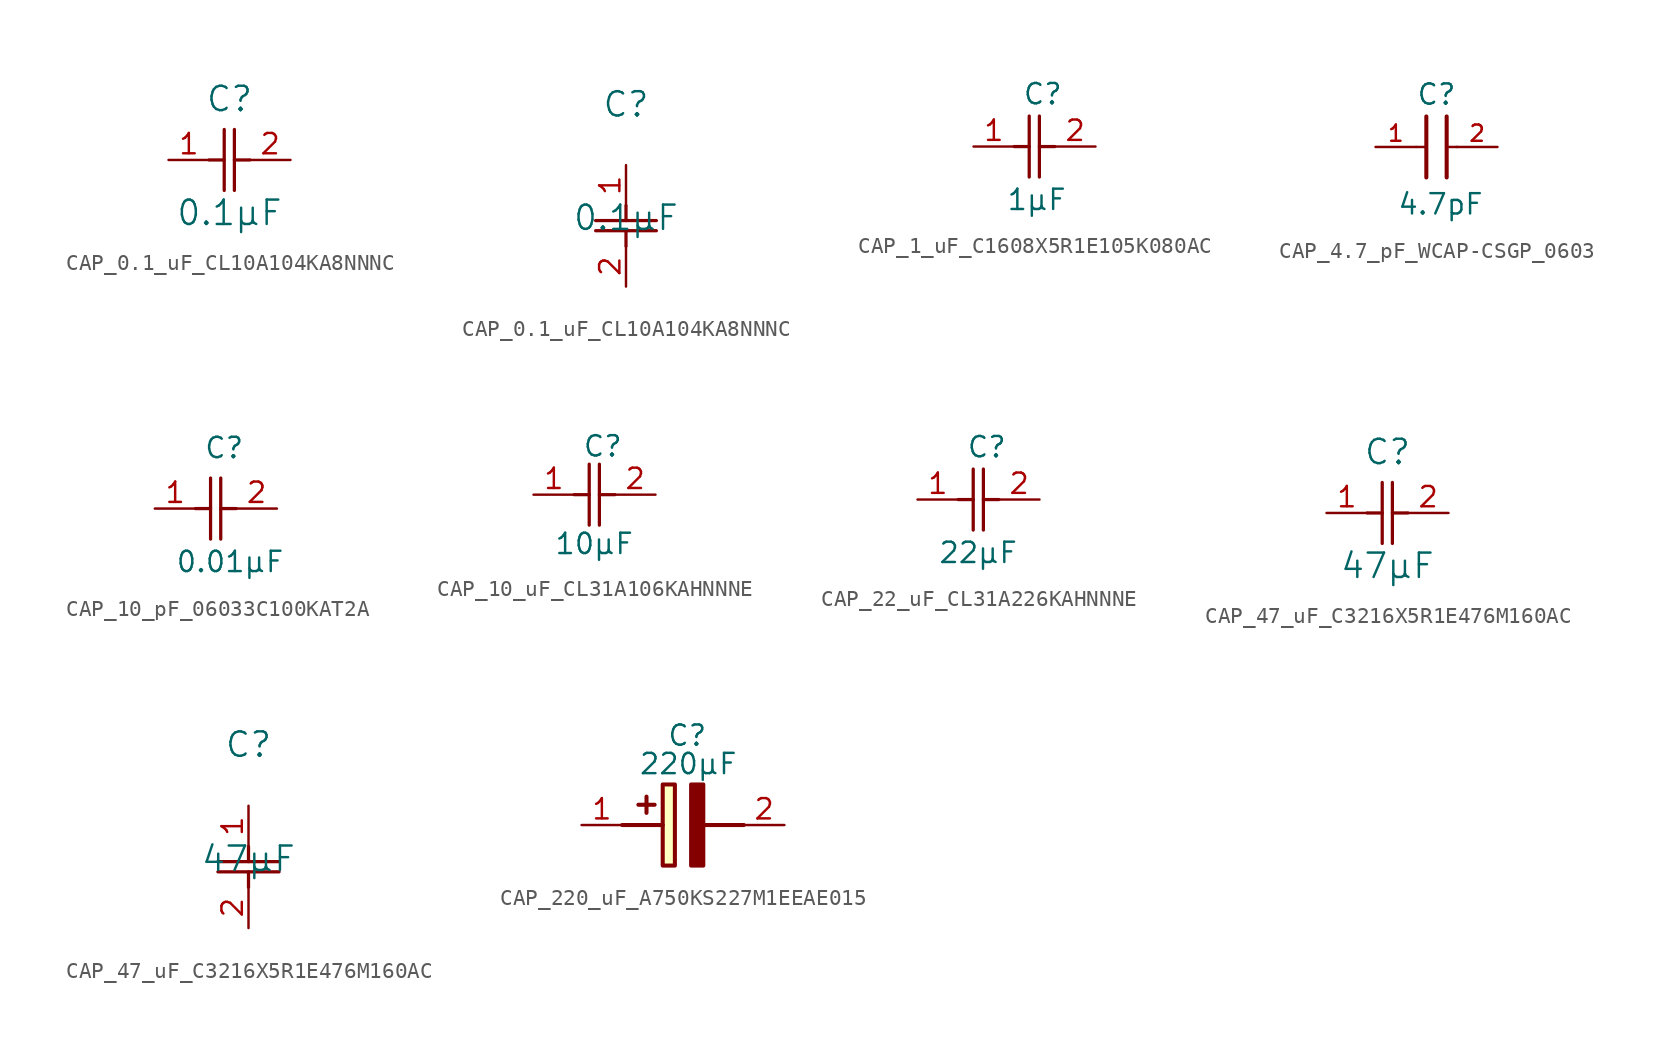
<source format=kicad_sym>
(kicad_symbol_lib
  (version 20231120)
  (generator "kicad_symbol_editor")
  (generator_version "8.0")
  (symbol "CAP_0.1_uF_CL10A104KA8NNNC"
    (pin_names
      (offset 0.254))
    (property "Reference" "C"
      (at 0 3.81 0)
      (effects (font (size 1.524 1.524))))
    (property "Value" "0.1µF"
      (at 0 -3.302 0)
      (effects (font (size 1.524 1.524))))
    (property "ki_locked" ""
      (at 0 0 0)
      (effects (font (size 1.27 1.27))))
    (symbol "CAP_0.1_uF_CL10A104KA8NNNC_1_1"
      (polyline (pts (xy -1.27 0) (xy -0.33 0)) (stroke (width 0.203) (type default)) (fill (type none)))
      (polyline (pts (xy -0.33 -1.905) (xy -0.33 1.905)) (stroke (width 0.203) (type default)) (fill (type none)))
      (polyline (pts (xy 0.305 -1.905) (xy 0.305 1.905)) (stroke (width 0.203) (type default)) (fill (type none)))
      (polyline (pts (xy 0.305 0) (xy 1.27 0)) (stroke (width 0.203) (type default)) (fill (type none)))
      (pin unspecified line (at -3.81 0 0) (length 2.54) (name "" (effects (font (size 1.27 1.27)))) (number "1" (effects (font (size 1.27 1.27)))))
      (pin unspecified line (at 3.81 0 180) (length 2.54) (name "" (effects (font (size 1.27 1.27)))) (number "2" (effects (font (size 1.27 1.27))))))
    (symbol "CAP_0.1_uF_CL10A104KA8NNNC_1_2"
      (polyline (pts (xy -1.905 -4.115) (xy 1.905 -4.115)) (stroke (width 0.203) (type default)) (fill (type none)))
      (polyline (pts (xy -1.905 -3.48) (xy 1.905 -3.48)) (stroke (width 0.203) (type default)) (fill (type none)))
      (polyline (pts (xy 0 -4.115) (xy 0 -5.08)) (stroke (width 0.203) (type default)) (fill (type none)))
      (polyline (pts (xy 0 -2.54) (xy 0 -3.48)) (stroke (width 0.203) (type default)) (fill (type none)))
      (pin unspecified line (at 0 0 270) (length 2.54) (name "" (effects (font (size 1.27 1.27)))) (number "1" (effects (font (size 1.27 1.27)))))
      (pin unspecified line (at 0 -7.62 90) (length 2.54) (name "" (effects (font (size 1.27 1.27)))) (number "2" (effects (font (size 1.27 1.27)))))))
  (symbol "CAP_1_uF_C1608X5R1E105K080AC"
    (pin_names
      (offset 1.016))
    (property "Reference" "C"
      (at -0.762 2.54 0)
      (effects (font (size 1.27 1.27)) (justify left bottom)))
    (property "Value" "1µF"
      (at -1.778 -4.064 0)
      (effects (font (size 1.27 1.27)) (justify left bottom)))
    (symbol "CAP_1_uF_C1608X5R1E105K080AC_1_1"
      (polyline (pts (xy -1.27 0) (xy -0.33 0)) (stroke (width 0.203) (type default)) (fill (type none)))
      (polyline (pts (xy -0.33 -1.905) (xy -0.33 1.905)) (stroke (width 0.203) (type default)) (fill (type none)))
      (polyline (pts (xy 0.305 -1.905) (xy 0.305 1.905)) (stroke (width 0.203) (type default)) (fill (type none)))
      (polyline (pts (xy 0.305 0) (xy 1.27 0)) (stroke (width 0.203) (type default)) (fill (type none)))
      (pin unspecified line (at -3.81 0 0) (length 2.54) (name "" (effects (font (size 1.27 1.27)))) (number "1" (effects (font (size 1.27 1.27)))))
      (pin unspecified line (at 3.81 0 180) (length 2.54) (name "" (effects (font (size 1.27 1.27)))) (number "2" (effects (font (size 1.27 1.27)))))))
  (symbol "CAP_4.7_pF_WCAP-CSGP_0603"
    (pin_names
      (offset 1.016))
    (property "Reference" "C"
      (at 0 2.54 0)
      (effects (font (size 1.27 1.27)) (justify bottom)))
    (property "Value" "4.7pF"
      (at 0.254 -4.318 0)
      (effects (font (size 1.27 1.27)) (justify bottom)))
    (symbol "CAP_4.7_pF_WCAP-CSGP_0603_0_0"
      (polyline (pts (xy -1.27 0) (xy -0.627 0)) (stroke (width 0.152) (type default)) (fill (type none)))
      (polyline (pts (xy -0.635 -1.905) (xy -0.635 1.905)) (stroke (width 0.254) (type default)) (fill (type none)))
      (polyline (pts (xy 0.635 1.905) (xy 0.635 -1.905)) (stroke (width 0.254) (type default)) (fill (type none)))
      (polyline (pts (xy 0.658 0) (xy 1.3 0)) (stroke (width 0.152) (type default)) (fill (type none)))
      (pin passive line (at -3.81 0 0) (length 2.54) (name "~" (effects (font (size 1.016 1.016)))) (number "1" (effects (font (size 1.016 1.016)))))
      (pin passive line (at 3.81 0 180) (length 2.54) (name "~" (effects (font (size 1.016 1.016)))) (number "2" (effects (font (size 1.016 1.016)))))))
  (symbol "CAP_10_pF_06033C100KAT2A"
    (pin_names
      (offset 1.016))
    (property "Reference" "C"
      (at -0.762 3.048 0)
      (effects (font (size 1.27 1.27)) (justify left bottom)))
    (property "Value" "0.01µF"
      (at -2.54 -4.064 0)
      (effects (font (size 1.27 1.27)) (justify left bottom)))
    (symbol "CAP_10_pF_06033C100KAT2A_1_1"
      (polyline (pts (xy -1.27 0) (xy -0.33 0)) (stroke (width 0.203) (type default)) (fill (type none)))
      (polyline (pts (xy -0.33 -1.905) (xy -0.33 1.905)) (stroke (width 0.203) (type default)) (fill (type none)))
      (polyline (pts (xy 0.305 -1.905) (xy 0.305 1.905)) (stroke (width 0.203) (type default)) (fill (type none)))
      (polyline (pts (xy 0.305 0) (xy 1.27 0)) (stroke (width 0.203) (type default)) (fill (type none)))
      (pin unspecified line (at -3.81 0 0) (length 2.54) (name "" (effects (font (size 1.27 1.27)))) (number "1" (effects (font (size 1.27 1.27)))))
      (pin unspecified line (at 3.81 0 180) (length 2.54) (name "" (effects (font (size 1.27 1.27)))) (number "2" (effects (font (size 1.27 1.27)))))))
  (symbol "CAP_10_uF_CL31A106KAHNNNE"
    (pin_names
      (offset 1.016))
    (property "Reference" "C"
      (at -0.762 2.286 0)
      (effects (font (size 1.27 1.27)) (justify left bottom)))
    (property "Value" "10µF"
      (at -2.54 -3.81 0)
      (effects (font (size 1.27 1.27)) (justify left bottom)))
    (symbol "CAP_10_uF_CL31A106KAHNNNE_1_1"
      (polyline (pts (xy -1.27 0) (xy -0.33 0)) (stroke (width 0.203) (type default)) (fill (type none)))
      (polyline (pts (xy -0.33 -1.905) (xy -0.33 1.905)) (stroke (width 0.203) (type default)) (fill (type none)))
      (polyline (pts (xy 0.305 -1.905) (xy 0.305 1.905)) (stroke (width 0.203) (type default)) (fill (type none)))
      (polyline (pts (xy 0.305 0) (xy 1.27 0)) (stroke (width 0.203) (type default)) (fill (type none)))
      (pin unspecified line (at -3.81 0 0) (length 2.54) (name "" (effects (font (size 1.27 1.27)))) (number "1" (effects (font (size 1.27 1.27)))))
      (pin unspecified line (at 3.81 0 180) (length 2.54) (name "" (effects (font (size 1.27 1.27)))) (number "2" (effects (font (size 1.27 1.27)))))))
  (symbol "CAP_22_uF_CL31A226KAHNNNE"
    (pin_names
      (offset 1.016))
    (property "Reference" "C"
      (at -0.762 2.54 0)
      (effects (font (size 1.27 1.27)) (justify left bottom)))
    (property "Value" "22µF"
      (at -2.54 -4.064 0)
      (effects (font (size 1.27 1.27)) (justify left bottom)))
    (symbol "CAP_22_uF_CL31A226KAHNNNE_1_1"
      (polyline (pts (xy -1.27 0) (xy -0.33 0)) (stroke (width 0.203) (type default)) (fill (type none)))
      (polyline (pts (xy -0.33 -1.905) (xy -0.33 1.905)) (stroke (width 0.203) (type default)) (fill (type none)))
      (polyline (pts (xy 0.305 -1.905) (xy 0.305 1.905)) (stroke (width 0.203) (type default)) (fill (type none)))
      (polyline (pts (xy 0.305 0) (xy 1.27 0)) (stroke (width 0.203) (type default)) (fill (type none)))
      (pin unspecified line (at -3.81 0 0) (length 2.54) (name "" (effects (font (size 1.27 1.27)))) (number "1" (effects (font (size 1.27 1.27)))))
      (pin unspecified line (at 3.81 0 180) (length 2.54) (name "" (effects (font (size 1.27 1.27)))) (number "2" (effects (font (size 1.27 1.27)))))))
  (symbol "CAP_47_uF_C3216X5R1E476M160AC"
    (pin_names
      (offset 0.254))
    (property "Reference" "C"
      (at 0 3.81 0)
      (effects (font (size 1.524 1.524))))
    (property "Value" "47µF"
      (at 0 -3.302 0)
      (effects (font (size 1.524 1.524))))
    (property "ki_locked" ""
      (at 0 0 0)
      (effects (font (size 1.27 1.27))))
    (symbol "CAP_47_uF_C3216X5R1E476M160AC_1_1"
      (polyline (pts (xy -1.27 0) (xy -0.33 0)) (stroke (width 0.203) (type default)) (fill (type none)))
      (polyline (pts (xy -0.33 -1.905) (xy -0.33 1.905)) (stroke (width 0.203) (type default)) (fill (type none)))
      (polyline (pts (xy 0.305 -1.905) (xy 0.305 1.905)) (stroke (width 0.203) (type default)) (fill (type none)))
      (polyline (pts (xy 0.305 0) (xy 1.27 0)) (stroke (width 0.203) (type default)) (fill (type none)))
      (pin unspecified line (at -3.81 0 0) (length 2.54) (name "" (effects (font (size 1.27 1.27)))) (number "1" (effects (font (size 1.27 1.27)))))
      (pin unspecified line (at 3.81 0 180) (length 2.54) (name "" (effects (font (size 1.27 1.27)))) (number "2" (effects (font (size 1.27 1.27))))))
    (symbol "CAP_47_uF_C3216X5R1E476M160AC_1_2"
      (polyline (pts (xy -1.905 -4.115) (xy 1.905 -4.115)) (stroke (width 0.203) (type default)) (fill (type none)))
      (polyline (pts (xy -1.905 -3.48) (xy 1.905 -3.48)) (stroke (width 0.203) (type default)) (fill (type none)))
      (polyline (pts (xy 0 -4.115) (xy 0 -5.08)) (stroke (width 0.203) (type default)) (fill (type none)))
      (polyline (pts (xy 0 -2.54) (xy 0 -3.48)) (stroke (width 0.203) (type default)) (fill (type none)))
      (pin unspecified line (at 0 0 270) (length 2.54) (name "" (effects (font (size 1.27 1.27)))) (number "1" (effects (font (size 1.27 1.27)))))
      (pin unspecified line (at 0 -7.62 90) (length 2.54) (name "" (effects (font (size 1.27 1.27)))) (number "2" (effects (font (size 1.27 1.27)))))))
  (symbol "CAP_220_uF_A750KS227M1EEAE015"
    (pin_names hide)
    (property "Reference" "C"
      (at -1.016 6.35 0)
      (effects (font (size 1.27 1.27)) (justify left top)))
    (property "Value" "220µF"
      (at -2.794 4.572 0)
      (effects (font (size 1.27 1.27)) (justify left top)))
    (symbol "CAP_220_uF_A750KS227M1EEAE015_1_1"
      (rectangle (start -1.27 2.54) (end -0.508 -2.54) (stroke (width 0.254) (type default)) (fill (type background)))
      (polyline (pts (xy -3.81 0) (xy -1.27 0)) (stroke (width 0.254) (type default)) (fill (type none)))
      (polyline (pts (xy -2.286 1.778) (xy -2.286 0.762)) (stroke (width 0.254) (type default)) (fill (type none)))
      (polyline (pts (xy -1.778 1.27) (xy -2.794 1.27)) (stroke (width 0.254) (type default)) (fill (type none)))
      (polyline (pts (xy 1.27 0) (xy 3.81 0)) (stroke (width 0.254) (type default)) (fill (type none)))
      (polyline (pts (xy 1.27 2.54) (xy 1.27 -2.54) (xy 0.508 -2.54) (xy 0.508 2.54) (xy 1.27 2.54)) (stroke (width 0.254) (type default)) (fill (type outline)))
      (pin passive line (at -6.35 0 0) (length 2.54) (name "+" (effects (font (size 1.27 1.27)))) (number "1" (effects (font (size 1.27 1.27)))))
      (pin passive line (at 6.35 0 180) (length 2.54) (name "-" (effects (font (size 1.27 1.27)))) (number "2" (effects (font (size 1.27 1.27))))))))
</source>
